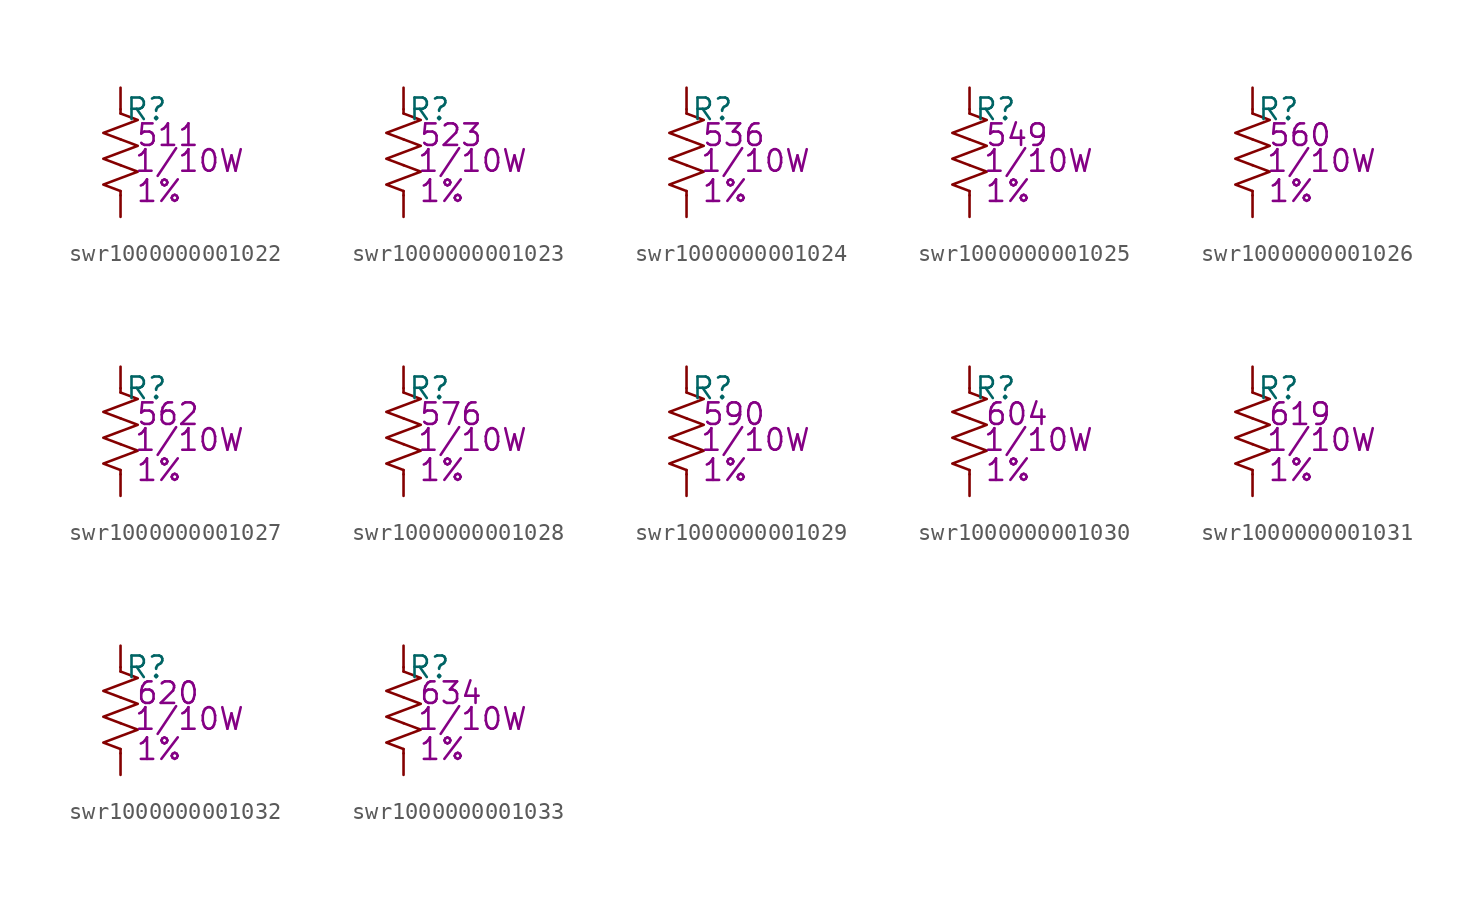
<source format=kicad_sym>
(kicad_symbol_lib
  (version 20211014)
  (generator kicad_symbol_editor)
  (symbol "swr1000000001022"
    (pin_numbers hide)
    (pin_names
      (offset 1.016))
    (property "Reference" "R"
      (at 1.524 2.54 0)
      (effects (font (size 1.27 1.27))))
    (property "Tolerance" "1%"
      (at 2.286 -2.286 0)
      (effects (font (size 1.27 1.27))))
    (property "Wattage" "1/10W"
      (at 4.064 -0.508 0)
      (effects (font (size 1.27 1.27))))
    (property "PartValue" "511"
      (at 2.794 1.016 0)
      (effects (font (size 1.27 1.27))))
    (symbol "swr1000000001022_1_1"
      (polyline (pts (xy 0 -2.286) (xy 0 -2.54)) (stroke (width 0) (type default) (color 0 0 0 0)) (fill (type none)))
      (polyline (pts (xy 0 2.286) (xy 0 2.54)) (stroke (width 0) (type default) (color 0 0 0 0)) (fill (type none)))
      (polyline (pts (xy 0 -0.762) (xy 1.016 -1.143) (xy 0 -1.524) (xy -1.016 -1.905) (xy 0 -2.286)) (stroke (width 0) (type default) (color 0 0 0 0)) (fill (type none)))
      (polyline (pts (xy 0 0.762) (xy 1.016 0.381) (xy 0 0) (xy -1.016 -0.381) (xy 0 -0.762)) (stroke (width 0) (type default) (color 0 0 0 0)) (fill (type none)))
      (polyline (pts (xy 0 2.286) (xy 1.016 1.905) (xy 0 1.524) (xy -1.016 1.143) (xy 0 0.762)) (stroke (width 0) (type default) (color 0 0 0 0)) (fill (type none)))
      (pin passive line (at 0 3.81 270) (length 1.27) (name "~" (effects (font (size 1.27 1.27)))) (number "1" (effects (font (size 1.27 1.27)))))
      (pin passive line (at 0 -3.81 90) (length 1.27) (name "~" (effects (font (size 1.27 1.27)))) (number "2" (effects (font (size 1.27 1.27)))))))
  (symbol "swr1000000001023"
    (pin_numbers hide)
    (pin_names
      (offset 1.016))
    (property "Reference" "R"
      (at 1.524 2.54 0)
      (effects (font (size 1.27 1.27))))
    (property "Tolerance" "1%"
      (at 2.286 -2.286 0)
      (effects (font (size 1.27 1.27))))
    (property "Wattage" "1/10W"
      (at 4.064 -0.508 0)
      (effects (font (size 1.27 1.27))))
    (property "PartValue" "523"
      (at 2.794 1.016 0)
      (effects (font (size 1.27 1.27))))
    (symbol "swr1000000001023_1_1"
      (polyline (pts (xy 0 -2.286) (xy 0 -2.54)) (stroke (width 0) (type default) (color 0 0 0 0)) (fill (type none)))
      (polyline (pts (xy 0 2.286) (xy 0 2.54)) (stroke (width 0) (type default) (color 0 0 0 0)) (fill (type none)))
      (polyline (pts (xy 0 -0.762) (xy 1.016 -1.143) (xy 0 -1.524) (xy -1.016 -1.905) (xy 0 -2.286)) (stroke (width 0) (type default) (color 0 0 0 0)) (fill (type none)))
      (polyline (pts (xy 0 0.762) (xy 1.016 0.381) (xy 0 0) (xy -1.016 -0.381) (xy 0 -0.762)) (stroke (width 0) (type default) (color 0 0 0 0)) (fill (type none)))
      (polyline (pts (xy 0 2.286) (xy 1.016 1.905) (xy 0 1.524) (xy -1.016 1.143) (xy 0 0.762)) (stroke (width 0) (type default) (color 0 0 0 0)) (fill (type none)))
      (pin passive line (at 0 3.81 270) (length 1.27) (name "~" (effects (font (size 1.27 1.27)))) (number "1" (effects (font (size 1.27 1.27)))))
      (pin passive line (at 0 -3.81 90) (length 1.27) (name "~" (effects (font (size 1.27 1.27)))) (number "2" (effects (font (size 1.27 1.27)))))))
  (symbol "swr1000000001024"
    (pin_numbers hide)
    (pin_names
      (offset 1.016))
    (property "Reference" "R"
      (at 1.524 2.54 0)
      (effects (font (size 1.27 1.27))))
    (property "Tolerance" "1%"
      (at 2.286 -2.286 0)
      (effects (font (size 1.27 1.27))))
    (property "Wattage" "1/10W"
      (at 4.064 -0.508 0)
      (effects (font (size 1.27 1.27))))
    (property "PartValue" "536"
      (at 2.794 1.016 0)
      (effects (font (size 1.27 1.27))))
    (symbol "swr1000000001024_1_1"
      (polyline (pts (xy 0 -2.286) (xy 0 -2.54)) (stroke (width 0) (type default) (color 0 0 0 0)) (fill (type none)))
      (polyline (pts (xy 0 2.286) (xy 0 2.54)) (stroke (width 0) (type default) (color 0 0 0 0)) (fill (type none)))
      (polyline (pts (xy 0 -0.762) (xy 1.016 -1.143) (xy 0 -1.524) (xy -1.016 -1.905) (xy 0 -2.286)) (stroke (width 0) (type default) (color 0 0 0 0)) (fill (type none)))
      (polyline (pts (xy 0 0.762) (xy 1.016 0.381) (xy 0 0) (xy -1.016 -0.381) (xy 0 -0.762)) (stroke (width 0) (type default) (color 0 0 0 0)) (fill (type none)))
      (polyline (pts (xy 0 2.286) (xy 1.016 1.905) (xy 0 1.524) (xy -1.016 1.143) (xy 0 0.762)) (stroke (width 0) (type default) (color 0 0 0 0)) (fill (type none)))
      (pin passive line (at 0 3.81 270) (length 1.27) (name "~" (effects (font (size 1.27 1.27)))) (number "1" (effects (font (size 1.27 1.27)))))
      (pin passive line (at 0 -3.81 90) (length 1.27) (name "~" (effects (font (size 1.27 1.27)))) (number "2" (effects (font (size 1.27 1.27)))))))
  (symbol "swr1000000001025"
    (pin_numbers hide)
    (pin_names
      (offset 1.016))
    (property "Reference" "R"
      (at 1.524 2.54 0)
      (effects (font (size 1.27 1.27))))
    (property "Tolerance" "1%"
      (at 2.286 -2.286 0)
      (effects (font (size 1.27 1.27))))
    (property "Wattage" "1/10W"
      (at 4.064 -0.508 0)
      (effects (font (size 1.27 1.27))))
    (property "PartValue" "549"
      (at 2.794 1.016 0)
      (effects (font (size 1.27 1.27))))
    (symbol "swr1000000001025_1_1"
      (polyline (pts (xy 0 -2.286) (xy 0 -2.54)) (stroke (width 0) (type default) (color 0 0 0 0)) (fill (type none)))
      (polyline (pts (xy 0 2.286) (xy 0 2.54)) (stroke (width 0) (type default) (color 0 0 0 0)) (fill (type none)))
      (polyline (pts (xy 0 -0.762) (xy 1.016 -1.143) (xy 0 -1.524) (xy -1.016 -1.905) (xy 0 -2.286)) (stroke (width 0) (type default) (color 0 0 0 0)) (fill (type none)))
      (polyline (pts (xy 0 0.762) (xy 1.016 0.381) (xy 0 0) (xy -1.016 -0.381) (xy 0 -0.762)) (stroke (width 0) (type default) (color 0 0 0 0)) (fill (type none)))
      (polyline (pts (xy 0 2.286) (xy 1.016 1.905) (xy 0 1.524) (xy -1.016 1.143) (xy 0 0.762)) (stroke (width 0) (type default) (color 0 0 0 0)) (fill (type none)))
      (pin passive line (at 0 3.81 270) (length 1.27) (name "~" (effects (font (size 1.27 1.27)))) (number "1" (effects (font (size 1.27 1.27)))))
      (pin passive line (at 0 -3.81 90) (length 1.27) (name "~" (effects (font (size 1.27 1.27)))) (number "2" (effects (font (size 1.27 1.27)))))))
  (symbol "swr1000000001026"
    (pin_numbers hide)
    (pin_names
      (offset 1.016))
    (property "Reference" "R"
      (at 1.524 2.54 0)
      (effects (font (size 1.27 1.27))))
    (property "Tolerance" "1%"
      (at 2.286 -2.286 0)
      (effects (font (size 1.27 1.27))))
    (property "Wattage" "1/10W"
      (at 4.064 -0.508 0)
      (effects (font (size 1.27 1.27))))
    (property "PartValue" "560"
      (at 2.794 1.016 0)
      (effects (font (size 1.27 1.27))))
    (symbol "swr1000000001026_1_1"
      (polyline (pts (xy 0 -2.286) (xy 0 -2.54)) (stroke (width 0) (type default) (color 0 0 0 0)) (fill (type none)))
      (polyline (pts (xy 0 2.286) (xy 0 2.54)) (stroke (width 0) (type default) (color 0 0 0 0)) (fill (type none)))
      (polyline (pts (xy 0 -0.762) (xy 1.016 -1.143) (xy 0 -1.524) (xy -1.016 -1.905) (xy 0 -2.286)) (stroke (width 0) (type default) (color 0 0 0 0)) (fill (type none)))
      (polyline (pts (xy 0 0.762) (xy 1.016 0.381) (xy 0 0) (xy -1.016 -0.381) (xy 0 -0.762)) (stroke (width 0) (type default) (color 0 0 0 0)) (fill (type none)))
      (polyline (pts (xy 0 2.286) (xy 1.016 1.905) (xy 0 1.524) (xy -1.016 1.143) (xy 0 0.762)) (stroke (width 0) (type default) (color 0 0 0 0)) (fill (type none)))
      (pin passive line (at 0 3.81 270) (length 1.27) (name "~" (effects (font (size 1.27 1.27)))) (number "1" (effects (font (size 1.27 1.27)))))
      (pin passive line (at 0 -3.81 90) (length 1.27) (name "~" (effects (font (size 1.27 1.27)))) (number "2" (effects (font (size 1.27 1.27)))))))
  (symbol "swr1000000001027"
    (pin_numbers hide)
    (pin_names
      (offset 1.016))
    (property "Reference" "R"
      (at 1.524 2.54 0)
      (effects (font (size 1.27 1.27))))
    (property "Tolerance" "1%"
      (at 2.286 -2.286 0)
      (effects (font (size 1.27 1.27))))
    (property "Wattage" "1/10W"
      (at 4.064 -0.508 0)
      (effects (font (size 1.27 1.27))))
    (property "PartValue" "562"
      (at 2.794 1.016 0)
      (effects (font (size 1.27 1.27))))
    (symbol "swr1000000001027_1_1"
      (polyline (pts (xy 0 -2.286) (xy 0 -2.54)) (stroke (width 0) (type default) (color 0 0 0 0)) (fill (type none)))
      (polyline (pts (xy 0 2.286) (xy 0 2.54)) (stroke (width 0) (type default) (color 0 0 0 0)) (fill (type none)))
      (polyline (pts (xy 0 -0.762) (xy 1.016 -1.143) (xy 0 -1.524) (xy -1.016 -1.905) (xy 0 -2.286)) (stroke (width 0) (type default) (color 0 0 0 0)) (fill (type none)))
      (polyline (pts (xy 0 0.762) (xy 1.016 0.381) (xy 0 0) (xy -1.016 -0.381) (xy 0 -0.762)) (stroke (width 0) (type default) (color 0 0 0 0)) (fill (type none)))
      (polyline (pts (xy 0 2.286) (xy 1.016 1.905) (xy 0 1.524) (xy -1.016 1.143) (xy 0 0.762)) (stroke (width 0) (type default) (color 0 0 0 0)) (fill (type none)))
      (pin passive line (at 0 3.81 270) (length 1.27) (name "~" (effects (font (size 1.27 1.27)))) (number "1" (effects (font (size 1.27 1.27)))))
      (pin passive line (at 0 -3.81 90) (length 1.27) (name "~" (effects (font (size 1.27 1.27)))) (number "2" (effects (font (size 1.27 1.27)))))))
  (symbol "swr1000000001028"
    (pin_numbers hide)
    (pin_names
      (offset 1.016))
    (property "Reference" "R"
      (at 1.524 2.54 0)
      (effects (font (size 1.27 1.27))))
    (property "Tolerance" "1%"
      (at 2.286 -2.286 0)
      (effects (font (size 1.27 1.27))))
    (property "Wattage" "1/10W"
      (at 4.064 -0.508 0)
      (effects (font (size 1.27 1.27))))
    (property "PartValue" "576"
      (at 2.794 1.016 0)
      (effects (font (size 1.27 1.27))))
    (symbol "swr1000000001028_1_1"
      (polyline (pts (xy 0 -2.286) (xy 0 -2.54)) (stroke (width 0) (type default) (color 0 0 0 0)) (fill (type none)))
      (polyline (pts (xy 0 2.286) (xy 0 2.54)) (stroke (width 0) (type default) (color 0 0 0 0)) (fill (type none)))
      (polyline (pts (xy 0 -0.762) (xy 1.016 -1.143) (xy 0 -1.524) (xy -1.016 -1.905) (xy 0 -2.286)) (stroke (width 0) (type default) (color 0 0 0 0)) (fill (type none)))
      (polyline (pts (xy 0 0.762) (xy 1.016 0.381) (xy 0 0) (xy -1.016 -0.381) (xy 0 -0.762)) (stroke (width 0) (type default) (color 0 0 0 0)) (fill (type none)))
      (polyline (pts (xy 0 2.286) (xy 1.016 1.905) (xy 0 1.524) (xy -1.016 1.143) (xy 0 0.762)) (stroke (width 0) (type default) (color 0 0 0 0)) (fill (type none)))
      (pin passive line (at 0 3.81 270) (length 1.27) (name "~" (effects (font (size 1.27 1.27)))) (number "1" (effects (font (size 1.27 1.27)))))
      (pin passive line (at 0 -3.81 90) (length 1.27) (name "~" (effects (font (size 1.27 1.27)))) (number "2" (effects (font (size 1.27 1.27)))))))
  (symbol "swr1000000001029"
    (pin_numbers hide)
    (pin_names
      (offset 1.016))
    (property "Reference" "R"
      (at 1.524 2.54 0)
      (effects (font (size 1.27 1.27))))
    (property "Tolerance" "1%"
      (at 2.286 -2.286 0)
      (effects (font (size 1.27 1.27))))
    (property "Wattage" "1/10W"
      (at 4.064 -0.508 0)
      (effects (font (size 1.27 1.27))))
    (property "PartValue" "590"
      (at 2.794 1.016 0)
      (effects (font (size 1.27 1.27))))
    (symbol "swr1000000001029_1_1"
      (polyline (pts (xy 0 -2.286) (xy 0 -2.54)) (stroke (width 0) (type default) (color 0 0 0 0)) (fill (type none)))
      (polyline (pts (xy 0 2.286) (xy 0 2.54)) (stroke (width 0) (type default) (color 0 0 0 0)) (fill (type none)))
      (polyline (pts (xy 0 -0.762) (xy 1.016 -1.143) (xy 0 -1.524) (xy -1.016 -1.905) (xy 0 -2.286)) (stroke (width 0) (type default) (color 0 0 0 0)) (fill (type none)))
      (polyline (pts (xy 0 0.762) (xy 1.016 0.381) (xy 0 0) (xy -1.016 -0.381) (xy 0 -0.762)) (stroke (width 0) (type default) (color 0 0 0 0)) (fill (type none)))
      (polyline (pts (xy 0 2.286) (xy 1.016 1.905) (xy 0 1.524) (xy -1.016 1.143) (xy 0 0.762)) (stroke (width 0) (type default) (color 0 0 0 0)) (fill (type none)))
      (pin passive line (at 0 3.81 270) (length 1.27) (name "~" (effects (font (size 1.27 1.27)))) (number "1" (effects (font (size 1.27 1.27)))))
      (pin passive line (at 0 -3.81 90) (length 1.27) (name "~" (effects (font (size 1.27 1.27)))) (number "2" (effects (font (size 1.27 1.27)))))))
  (symbol "swr1000000001030"
    (pin_numbers hide)
    (pin_names
      (offset 1.016))
    (property "Reference" "R"
      (at 1.524 2.54 0)
      (effects (font (size 1.27 1.27))))
    (property "Tolerance" "1%"
      (at 2.286 -2.286 0)
      (effects (font (size 1.27 1.27))))
    (property "Wattage" "1/10W"
      (at 4.064 -0.508 0)
      (effects (font (size 1.27 1.27))))
    (property "PartValue" "604"
      (at 2.794 1.016 0)
      (effects (font (size 1.27 1.27))))
    (symbol "swr1000000001030_1_1"
      (polyline (pts (xy 0 -2.286) (xy 0 -2.54)) (stroke (width 0) (type default) (color 0 0 0 0)) (fill (type none)))
      (polyline (pts (xy 0 2.286) (xy 0 2.54)) (stroke (width 0) (type default) (color 0 0 0 0)) (fill (type none)))
      (polyline (pts (xy 0 -0.762) (xy 1.016 -1.143) (xy 0 -1.524) (xy -1.016 -1.905) (xy 0 -2.286)) (stroke (width 0) (type default) (color 0 0 0 0)) (fill (type none)))
      (polyline (pts (xy 0 0.762) (xy 1.016 0.381) (xy 0 0) (xy -1.016 -0.381) (xy 0 -0.762)) (stroke (width 0) (type default) (color 0 0 0 0)) (fill (type none)))
      (polyline (pts (xy 0 2.286) (xy 1.016 1.905) (xy 0 1.524) (xy -1.016 1.143) (xy 0 0.762)) (stroke (width 0) (type default) (color 0 0 0 0)) (fill (type none)))
      (pin passive line (at 0 3.81 270) (length 1.27) (name "~" (effects (font (size 1.27 1.27)))) (number "1" (effects (font (size 1.27 1.27)))))
      (pin passive line (at 0 -3.81 90) (length 1.27) (name "~" (effects (font (size 1.27 1.27)))) (number "2" (effects (font (size 1.27 1.27)))))))
  (symbol "swr1000000001031"
    (pin_numbers hide)
    (pin_names
      (offset 1.016))
    (property "Reference" "R"
      (at 1.524 2.54 0)
      (effects (font (size 1.27 1.27))))
    (property "Tolerance" "1%"
      (at 2.286 -2.286 0)
      (effects (font (size 1.27 1.27))))
    (property "Wattage" "1/10W"
      (at 4.064 -0.508 0)
      (effects (font (size 1.27 1.27))))
    (property "PartValue" "619"
      (at 2.794 1.016 0)
      (effects (font (size 1.27 1.27))))
    (symbol "swr1000000001031_1_1"
      (polyline (pts (xy 0 -2.286) (xy 0 -2.54)) (stroke (width 0) (type default) (color 0 0 0 0)) (fill (type none)))
      (polyline (pts (xy 0 2.286) (xy 0 2.54)) (stroke (width 0) (type default) (color 0 0 0 0)) (fill (type none)))
      (polyline (pts (xy 0 -0.762) (xy 1.016 -1.143) (xy 0 -1.524) (xy -1.016 -1.905) (xy 0 -2.286)) (stroke (width 0) (type default) (color 0 0 0 0)) (fill (type none)))
      (polyline (pts (xy 0 0.762) (xy 1.016 0.381) (xy 0 0) (xy -1.016 -0.381) (xy 0 -0.762)) (stroke (width 0) (type default) (color 0 0 0 0)) (fill (type none)))
      (polyline (pts (xy 0 2.286) (xy 1.016 1.905) (xy 0 1.524) (xy -1.016 1.143) (xy 0 0.762)) (stroke (width 0) (type default) (color 0 0 0 0)) (fill (type none)))
      (pin passive line (at 0 3.81 270) (length 1.27) (name "~" (effects (font (size 1.27 1.27)))) (number "1" (effects (font (size 1.27 1.27)))))
      (pin passive line (at 0 -3.81 90) (length 1.27) (name "~" (effects (font (size 1.27 1.27)))) (number "2" (effects (font (size 1.27 1.27)))))))
  (symbol "swr1000000001032"
    (pin_numbers hide)
    (pin_names
      (offset 1.016))
    (property "Reference" "R"
      (at 1.524 2.54 0)
      (effects (font (size 1.27 1.27))))
    (property "Tolerance" "1%"
      (at 2.286 -2.286 0)
      (effects (font (size 1.27 1.27))))
    (property "Wattage" "1/10W"
      (at 4.064 -0.508 0)
      (effects (font (size 1.27 1.27))))
    (property "PartValue" "620"
      (at 2.794 1.016 0)
      (effects (font (size 1.27 1.27))))
    (symbol "swr1000000001032_1_1"
      (polyline (pts (xy 0 -2.286) (xy 0 -2.54)) (stroke (width 0) (type default) (color 0 0 0 0)) (fill (type none)))
      (polyline (pts (xy 0 2.286) (xy 0 2.54)) (stroke (width 0) (type default) (color 0 0 0 0)) (fill (type none)))
      (polyline (pts (xy 0 -0.762) (xy 1.016 -1.143) (xy 0 -1.524) (xy -1.016 -1.905) (xy 0 -2.286)) (stroke (width 0) (type default) (color 0 0 0 0)) (fill (type none)))
      (polyline (pts (xy 0 0.762) (xy 1.016 0.381) (xy 0 0) (xy -1.016 -0.381) (xy 0 -0.762)) (stroke (width 0) (type default) (color 0 0 0 0)) (fill (type none)))
      (polyline (pts (xy 0 2.286) (xy 1.016 1.905) (xy 0 1.524) (xy -1.016 1.143) (xy 0 0.762)) (stroke (width 0) (type default) (color 0 0 0 0)) (fill (type none)))
      (pin passive line (at 0 3.81 270) (length 1.27) (name "~" (effects (font (size 1.27 1.27)))) (number "1" (effects (font (size 1.27 1.27)))))
      (pin passive line (at 0 -3.81 90) (length 1.27) (name "~" (effects (font (size 1.27 1.27)))) (number "2" (effects (font (size 1.27 1.27)))))))
  (symbol "swr1000000001033"
    (pin_numbers hide)
    (pin_names
      (offset 1.016))
    (property "Reference" "R"
      (at 1.524 2.54 0)
      (effects (font (size 1.27 1.27))))
    (property "Tolerance" "1%"
      (at 2.286 -2.286 0)
      (effects (font (size 1.27 1.27))))
    (property "Wattage" "1/10W"
      (at 4.064 -0.508 0)
      (effects (font (size 1.27 1.27))))
    (property "PartValue" "634"
      (at 2.794 1.016 0)
      (effects (font (size 1.27 1.27))))
    (symbol "swr1000000001033_1_1"
      (polyline (pts (xy 0 -2.286) (xy 0 -2.54)) (stroke (width 0) (type default) (color 0 0 0 0)) (fill (type none)))
      (polyline (pts (xy 0 2.286) (xy 0 2.54)) (stroke (width 0) (type default) (color 0 0 0 0)) (fill (type none)))
      (polyline (pts (xy 0 -0.762) (xy 1.016 -1.143) (xy 0 -1.524) (xy -1.016 -1.905) (xy 0 -2.286)) (stroke (width 0) (type default) (color 0 0 0 0)) (fill (type none)))
      (polyline (pts (xy 0 0.762) (xy 1.016 0.381) (xy 0 0) (xy -1.016 -0.381) (xy 0 -0.762)) (stroke (width 0) (type default) (color 0 0 0 0)) (fill (type none)))
      (polyline (pts (xy 0 2.286) (xy 1.016 1.905) (xy 0 1.524) (xy -1.016 1.143) (xy 0 0.762)) (stroke (width 0) (type default) (color 0 0 0 0)) (fill (type none)))
      (pin passive line (at 0 3.81 270) (length 1.27) (name "~" (effects (font (size 1.27 1.27)))) (number "1" (effects (font (size 1.27 1.27)))))
      (pin passive line (at 0 -3.81 90) (length 1.27) (name "~" (effects (font (size 1.27 1.27)))) (number "2" (effects (font (size 1.27 1.27))))))))
</source>
